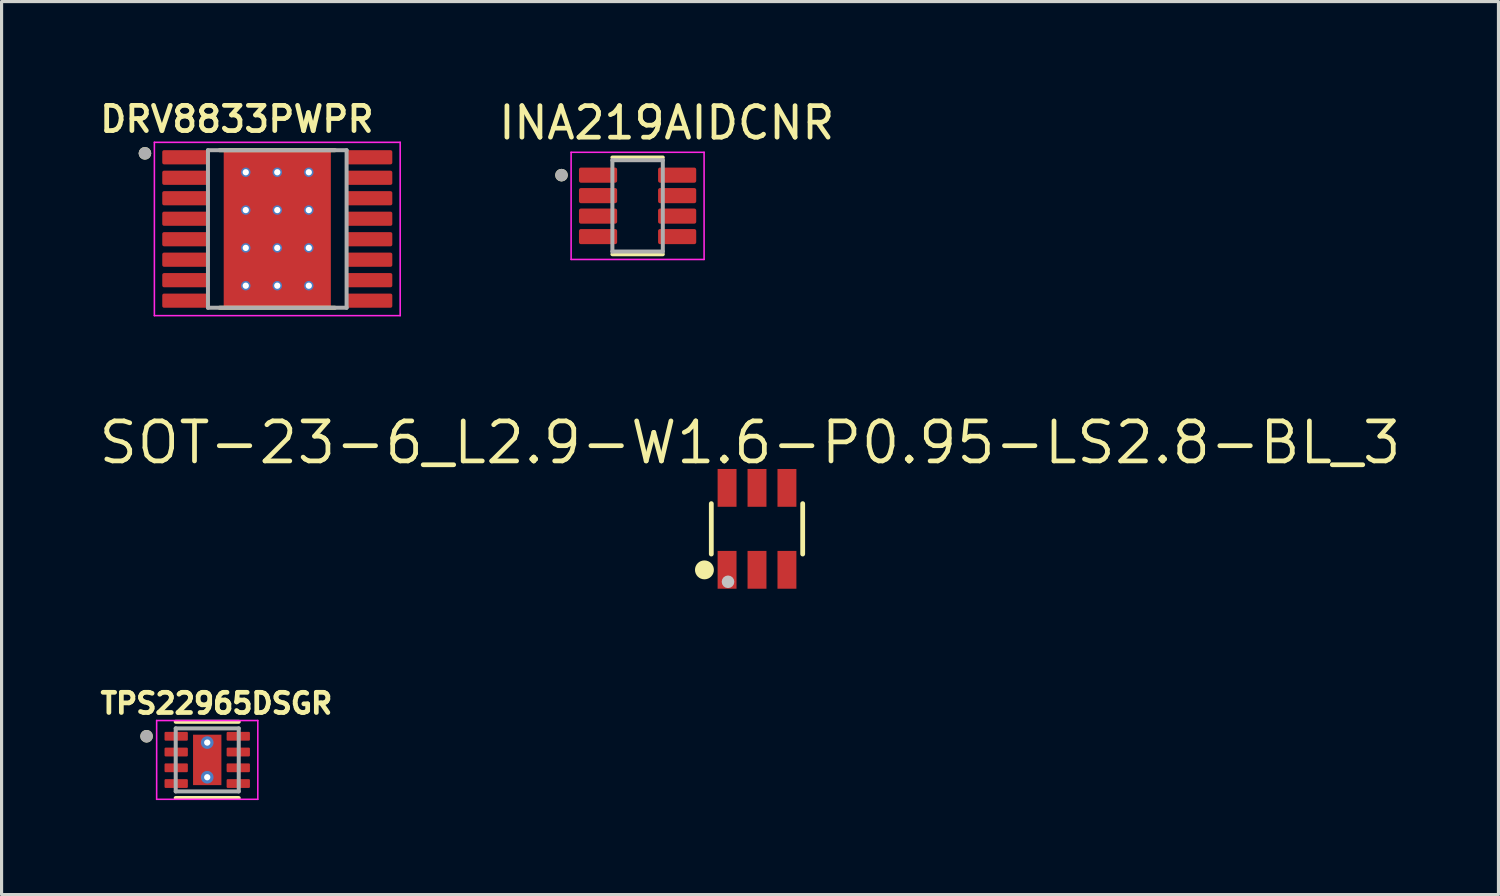
<source format=kicad_pcb>
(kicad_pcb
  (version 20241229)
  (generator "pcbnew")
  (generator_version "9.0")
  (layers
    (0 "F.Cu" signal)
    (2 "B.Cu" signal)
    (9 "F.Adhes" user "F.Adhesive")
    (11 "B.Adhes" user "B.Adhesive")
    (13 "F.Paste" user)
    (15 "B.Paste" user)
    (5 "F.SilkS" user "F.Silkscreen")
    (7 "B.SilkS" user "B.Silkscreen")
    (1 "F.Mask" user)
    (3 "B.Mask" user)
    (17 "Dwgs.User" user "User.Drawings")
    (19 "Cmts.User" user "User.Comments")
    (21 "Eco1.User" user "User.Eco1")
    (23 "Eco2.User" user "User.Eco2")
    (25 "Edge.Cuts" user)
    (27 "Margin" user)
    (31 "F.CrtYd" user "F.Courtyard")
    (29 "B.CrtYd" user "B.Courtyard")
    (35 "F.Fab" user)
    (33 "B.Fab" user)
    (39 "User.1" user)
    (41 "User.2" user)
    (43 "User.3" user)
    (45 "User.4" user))
  (footprint "SOT-23-6_L2.9-W1.6-P0.95-LS2.8-BL_3"
    (layer "F.Cu")
    (at 20.972 13.732)
    (property "Reference" "SOT-23-6_L2.9-W1.6-P0.95-LS2.8-BL_3" (at -0.221 -2.735 0) (layer "F.SilkS") (effects (font (size 1.27 1.27) (thickness 0.15))))
    (fp_line (start -1.45 -0.8) (end -1.45 0.8) (stroke (width 0.152) (type default)) (layer "F.SilkS"))
    (fp_line (start 1.45 -0.8) (end 1.45 0.8) (stroke (width 0.152) (type default)) (layer "F.SilkS"))
    (fp_circle (center -1.668 1.302) (end -1.518 1.302) (stroke (width 0.3) (type default)) (fill no) (layer "F.SilkS"))
    (fp_circle (center -0.92 1.68) (end -0.82 1.68) (stroke (width 0.2) (type default)) (fill no) (layer "Dwgs.User"))
    (pad "1" smd rect (at -0.95 1.3) (size 0.6 1.2) (layers "F.Cu" "F.Mask" "F.Paste"))
    (pad "2" smd rect (at 0 1.3) (size 0.6 1.2) (layers "F.Cu" "F.Mask" "F.Paste"))
    (pad "3" smd rect (at 0.95 1.3) (size 0.6 1.2) (layers "F.Cu" "F.Mask" "F.Paste"))
    (pad "4" smd rect (at 0.95 -1.3) (size 0.6 1.2) (layers "F.Cu" "F.Mask" "F.Paste"))
    (pad "5" smd rect (at 0 -1.3) (size 0.6 1.2) (layers "F.Cu" "F.Mask" "F.Paste"))
    (pad "6" smd rect (at -0.95 -1.3) (size 0.6 1.2) (layers "F.Cu" "F.Mask" "F.Paste"))
    (zone (net_name "") (layer "User.3") (hatch edge 0.5) (priority 100) (connect_pads yes) (min_thickness 0) (filled_areas_thickness no) (fill yes) (polygon (pts (xy 19.522 12.932) (xy 22.422 12.932) (xy 22.422 14.532) (xy 19.522 14.532))) (filled_polygon (layer "User.3") (island) (pts (xy 19.522 12.932) (xy 22.422 12.932) (xy 22.422 14.532) (xy 19.522 14.532)))))
  (footprint "DRV8833PWPR"
    (layer "F.Cu")
    (at 5.749 4.216)
    (property "Reference" "DRV8833PWPR" (at -1.28 -3.485 0) (layer "F.SilkS") (effects (font (size 0.8 0.8) (thickness 0.15))))
    (attr smd)
    (fp_poly (pts (xy -1.23 -1.155) (xy 1.23 -1.155) (xy 1.23 1.155) (xy -1.23 1.155)) (stroke (width 0.01) (type solid)) (fill yes) (layer "F.Mask"))
    (fp_line (start -1.83 -2.5) (end 1.83 -2.5) (stroke (width 0.127) (type solid)) (layer "F.SilkS"))
    (fp_line (start -1.83 2.5) (end 1.83 2.5) (stroke (width 0.127) (type solid)) (layer "F.SilkS"))
    (fp_circle (center -4.2 -2.4) (end -4.1 -2.4) (stroke (width 0.2) (type solid)) (fill no) (layer "F.SilkS"))
    (fp_poly (pts (xy -1.23 -1.155) (xy 1.23 -1.155) (xy 1.23 1.155) (xy -1.23 1.155)) (stroke (width 0.01) (type solid)) (fill yes) (layer "F.Paste"))
    (fp_line (start -3.9 -2.75) (end -3.9 2.75) (stroke (width 0.05) (type solid)) (layer "F.CrtYd"))
    (fp_line (start -3.9 -2.75) (end 3.9 -2.75) (stroke (width 0.05) (type solid)) (layer "F.CrtYd"))
    (fp_line (start -3.9 2.75) (end 3.9 2.75) (stroke (width 0.05) (type solid)) (layer "F.CrtYd"))
    (fp_line (start 3.9 -2.75) (end 3.9 2.75) (stroke (width 0.05) (type solid)) (layer "F.CrtYd"))
    (fp_line (start -2.2 -2.5) (end -2.2 2.5) (stroke (width 0.127) (type solid)) (layer "F.Fab"))
    (fp_line (start -2.2 -2.5) (end 2.2 -2.5) (stroke (width 0.127) (type solid)) (layer "F.Fab"))
    (fp_line (start -2.2 2.5) (end 2.2 2.5) (stroke (width 0.127) (type solid)) (layer "F.Fab"))
    (fp_line (start 2.2 -2.5) (end 2.2 2.5) (stroke (width 0.127) (type solid)) (layer "F.Fab"))
    (fp_circle (center -4.2 -2.4) (end -4.1 -2.4) (stroke (width 0.2) (type solid)) (fill no) (layer "F.Fab"))
    (pad "1" smd roundrect (at -2.9 -2.275) (size 1.5 0.45) (layers "F.Cu" "F.Mask" "F.Paste") (roundrect_rratio 0.125))
    (pad "2" smd roundrect (at -2.9 -1.625) (size 1.5 0.45) (layers "F.Cu" "F.Mask" "F.Paste") (roundrect_rratio 0.125))
    (pad "3" smd roundrect (at -2.9 -0.975) (size 1.5 0.45) (layers "F.Cu" "F.Mask" "F.Paste") (roundrect_rratio 0.125))
    (pad "4" smd roundrect (at -2.9 -0.325) (size 1.5 0.45) (layers "F.Cu" "F.Mask" "F.Paste") (roundrect_rratio 0.125))
    (pad "5" smd roundrect (at -2.9 0.325) (size 1.5 0.45) (layers "F.Cu" "F.Mask" "F.Paste") (roundrect_rratio 0.125))
    (pad "6" smd roundrect (at -2.9 0.975) (size 1.5 0.45) (layers "F.Cu" "F.Mask" "F.Paste") (roundrect_rratio 0.125))
    (pad "7" smd roundrect (at -2.9 1.625) (size 1.5 0.45) (layers "F.Cu" "F.Mask" "F.Paste") (roundrect_rratio 0.125))
    (pad "8" smd roundrect (at -2.9 2.275) (size 1.5 0.45) (layers "F.Cu" "F.Mask" "F.Paste") (roundrect_rratio 0.125))
    (pad "9" smd roundrect (at 2.9 2.275) (size 1.5 0.45) (layers "F.Cu" "F.Mask" "F.Paste") (roundrect_rratio 0.125))
    (pad "10" smd roundrect (at 2.9 1.625) (size 1.5 0.45) (layers "F.Cu" "F.Mask" "F.Paste") (roundrect_rratio 0.125))
    (pad "11" smd roundrect (at 2.9 0.975) (size 1.5 0.45) (layers "F.Cu" "F.Mask" "F.Paste") (roundrect_rratio 0.125))
    (pad "12" smd roundrect (at 2.9 0.325) (size 1.5 0.45) (layers "F.Cu" "F.Mask" "F.Paste") (roundrect_rratio 0.125))
    (pad "13" smd roundrect (at 2.9 -0.325) (size 1.5 0.45) (layers "F.Cu" "F.Mask" "F.Paste") (roundrect_rratio 0.125))
    (pad "14" smd roundrect (at 2.9 -0.975) (size 1.5 0.45) (layers "F.Cu" "F.Mask" "F.Paste") (roundrect_rratio 0.125))
    (pad "15" smd roundrect (at 2.9 -1.625) (size 1.5 0.45) (layers "F.Cu" "F.Mask" "F.Paste") (roundrect_rratio 0.125))
    (pad "16" smd roundrect (at 2.9 -2.275) (size 1.5 0.45) (layers "F.Cu" "F.Mask" "F.Paste") (roundrect_rratio 0.125))
    (pad "17" smd rect (at 0 0) (size 3.4 5) (layers "F.Cu"))
    (pad "18" thru_hole circle (at -1 -1.8) (size 0.3 0.3) (drill 0.2) (layers "*.Cu"))
    (pad "19" thru_hole circle (at 0 -1.8) (size 0.3 0.3) (drill 0.2) (layers "*.Cu"))
    (pad "20" thru_hole circle (at 1 -1.8) (size 0.3 0.3) (drill 0.2) (layers "*.Cu"))
    (pad "21" thru_hole circle (at -1 -0.6) (size 0.3 0.3) (drill 0.2) (layers "*.Cu"))
    (pad "22" thru_hole circle (at 0 -0.6) (size 0.3 0.3) (drill 0.2) (layers "*.Cu"))
    (pad "23" thru_hole circle (at 1 -0.6) (size 0.3 0.3) (drill 0.2) (layers "*.Cu"))
    (pad "24" thru_hole circle (at -1 0.6) (size 0.3 0.3) (drill 0.2) (layers "*.Cu"))
    (pad "25" thru_hole circle (at 0 0.6) (size 0.3 0.3) (drill 0.2) (layers "*.Cu"))
    (pad "26" thru_hole circle (at 1 0.6) (size 0.3 0.3) (drill 0.2) (layers "*.Cu"))
    (pad "27" thru_hole circle (at -1 1.8) (size 0.3 0.3) (drill 0.2) (layers "*.Cu"))
    (pad "28" thru_hole circle (at 0 1.8) (size 0.3 0.3) (drill 0.2) (layers "*.Cu"))
    (pad "29" thru_hole circle (at 1 1.8) (size 0.3 0.3) (drill 0.2) (layers "*.Cu")))
  (footprint "TPS22965DSGR"
    (layer "F.Cu")
    (at 3.526 21.064)
    (property "Reference" "TPS22965DSGR" (at 0.292 -1.793 0) (layer "F.SilkS") (effects (font (size 0.64 0.64) (thickness 0.15))))
    (attr smd)
    (fp_line (start -1 -1.21) (end 1 -1.21) (stroke (width 0.127) (type solid)) (layer "F.SilkS"))
    (fp_line (start -1 1.21) (end 1 1.21) (stroke (width 0.127) (type solid)) (layer "F.SilkS"))
    (fp_circle (center -1.925 -0.75) (end -1.825 -0.75) (stroke (width 0.2) (type solid)) (fill no) (layer "F.SilkS"))
    (fp_poly (pts (xy -0.28 -0.51) (xy 0.28 -0.51) (xy 0.28 0.51) (xy -0.28 0.51)) (stroke (width 0.01) (type solid)) (fill yes) (layer "F.Paste"))
    (fp_line (start -1.605 -1.25) (end -1.605 1.25) (stroke (width 0.05) (type solid)) (layer "F.CrtYd"))
    (fp_line (start -1.605 -1.25) (end 1.605 -1.25) (stroke (width 0.05) (type solid)) (layer "F.CrtYd"))
    (fp_line (start -1.605 1.25) (end 1.605 1.25) (stroke (width 0.05) (type solid)) (layer "F.CrtYd"))
    (fp_line (start 1.605 -1.25) (end 1.605 1.25) (stroke (width 0.05) (type solid)) (layer "F.CrtYd"))
    (fp_line (start -1 -1) (end -1 1) (stroke (width 0.127) (type solid)) (layer "F.Fab"))
    (fp_line (start -1 -1) (end 1 -1) (stroke (width 0.127) (type solid)) (layer "F.Fab"))
    (fp_line (start -1 1) (end 1 1) (stroke (width 0.127) (type solid)) (layer "F.Fab"))
    (fp_line (start 1 -1) (end 1 1) (stroke (width 0.127) (type solid)) (layer "F.Fab"))
    (fp_circle (center -1.925 -0.75) (end -1.825 -0.75) (stroke (width 0.2) (type solid)) (fill no) (layer "F.Fab"))
    (pad "1" smd roundrect (at -0.985 -0.75) (size 0.74 0.28) (layers "F.Cu" "F.Mask" "F.Paste") (roundrect_rratio 0.125))
    (pad "2" smd roundrect (at -0.985 -0.25) (size 0.74 0.28) (layers "F.Cu" "F.Mask" "F.Paste") (roundrect_rratio 0.125))
    (pad "3" smd roundrect (at -0.985 0.25) (size 0.74 0.28) (layers "F.Cu" "F.Mask" "F.Paste") (roundrect_rratio 0.125))
    (pad "4" smd roundrect (at -0.985 0.75) (size 0.74 0.28) (layers "F.Cu" "F.Mask" "F.Paste") (roundrect_rratio 0.125))
    (pad "5" smd roundrect (at 0.985 0.75) (size 0.74 0.28) (layers "F.Cu" "F.Mask" "F.Paste") (roundrect_rratio 0.125))
    (pad "6" smd roundrect (at 0.985 0.25) (size 0.74 0.28) (layers "F.Cu" "F.Mask" "F.Paste") (roundrect_rratio 0.125))
    (pad "7" smd roundrect (at 0.985 -0.25) (size 0.74 0.28) (layers "F.Cu" "F.Mask" "F.Paste") (roundrect_rratio 0.125))
    (pad "8" smd roundrect (at 0.985 -0.75) (size 0.74 0.28) (layers "F.Cu" "F.Mask" "F.Paste") (roundrect_rratio 0.125))
    (pad "9" smd rect (at 0 0) (size 0.9 1.6) (layers "F.Cu" "F.Mask"))
    (pad "9_1" thru_hole circle (at 0 -0.55) (size 0.4 0.4) (drill 0.2) (layers "*.Cu"))
    (pad "9_2" thru_hole circle (at 0 0.55) (size 0.4 0.4) (drill 0.2) (layers "*.Cu")))
  (footprint "INA219AIDCNR"
    (layer "F.Cu")
    (at 17.183 3.483)
    (property "Reference" "INA219AIDCNR" (at 0.925 -2.635 0) (layer "F.SilkS") (effects (font (size 1 1) (thickness 0.15))))
    (attr smd)
    (fp_line (start -0.8 -1.535) (end 0.8 -1.535) (stroke (width 0.127) (type solid)) (layer "F.SilkS"))
    (fp_line (start -0.8 1.535) (end 0.8 1.535) (stroke (width 0.127) (type solid)) (layer "F.SilkS"))
    (fp_circle (center -2.415 -0.975) (end -2.315 -0.975) (stroke (width 0.2) (type solid)) (fill no) (layer "F.SilkS"))
    (fp_line (start -2.11 -1.7) (end -2.11 1.7) (stroke (width 0.05) (type solid)) (layer "F.CrtYd"))
    (fp_line (start -2.11 -1.7) (end 2.11 -1.7) (stroke (width 0.05) (type solid)) (layer "F.CrtYd"))
    (fp_line (start -2.11 1.7) (end 2.11 1.7) (stroke (width 0.05) (type solid)) (layer "F.CrtYd"))
    (fp_line (start 2.11 -1.7) (end 2.11 1.7) (stroke (width 0.05) (type solid)) (layer "F.CrtYd"))
    (fp_line (start -0.8 -1.45) (end -0.8 1.45) (stroke (width 0.127) (type solid)) (layer "F.Fab"))
    (fp_line (start -0.8 -1.45) (end 0.8 -1.45) (stroke (width 0.127) (type solid)) (layer "F.Fab"))
    (fp_line (start -0.8 1.45) (end 0.8 1.45) (stroke (width 0.127) (type solid)) (layer "F.Fab"))
    (fp_line (start 0.8 -1.45) (end 0.8 1.45) (stroke (width 0.127) (type solid)) (layer "F.Fab"))
    (fp_circle (center -2.415 -0.975) (end -2.315 -0.975) (stroke (width 0.2) (type solid)) (fill no) (layer "F.Fab"))
    (pad "1" smd roundrect (at -1.255 -0.975) (size 1.21 0.48) (layers "F.Cu" "F.Mask" "F.Paste") (roundrect_rratio 0.125))
    (pad "2" smd roundrect (at -1.255 -0.325) (size 1.21 0.48) (layers "F.Cu" "F.Mask" "F.Paste") (roundrect_rratio 0.125))
    (pad "3" smd roundrect (at -1.255 0.325) (size 1.21 0.48) (layers "F.Cu" "F.Mask" "F.Paste") (roundrect_rratio 0.125))
    (pad "4" smd roundrect (at -1.255 0.975) (size 1.21 0.48) (layers "F.Cu" "F.Mask" "F.Paste") (roundrect_rratio 0.125))
    (pad "5" smd roundrect (at 1.255 0.975) (size 1.21 0.48) (layers "F.Cu" "F.Mask" "F.Paste") (roundrect_rratio 0.125))
    (pad "6" smd roundrect (at 1.255 0.325) (size 1.21 0.48) (layers "F.Cu" "F.Mask" "F.Paste") (roundrect_rratio 0.125))
    (pad "7" smd roundrect (at 1.255 -0.325) (size 1.21 0.48) (layers "F.Cu" "F.Mask" "F.Paste") (roundrect_rratio 0.125))
    (pad "8" smd roundrect (at 1.255 -0.975) (size 1.21 0.48) (layers "F.Cu" "F.Mask" "F.Paste") (roundrect_rratio 0.125)))
  (gr_rect
    (start -3 -3)
    (end 44.501 25.338)
    (stroke (width 0.1) (type default))
    (fill no)
    (layer "Edge.Cuts")))
</source>
